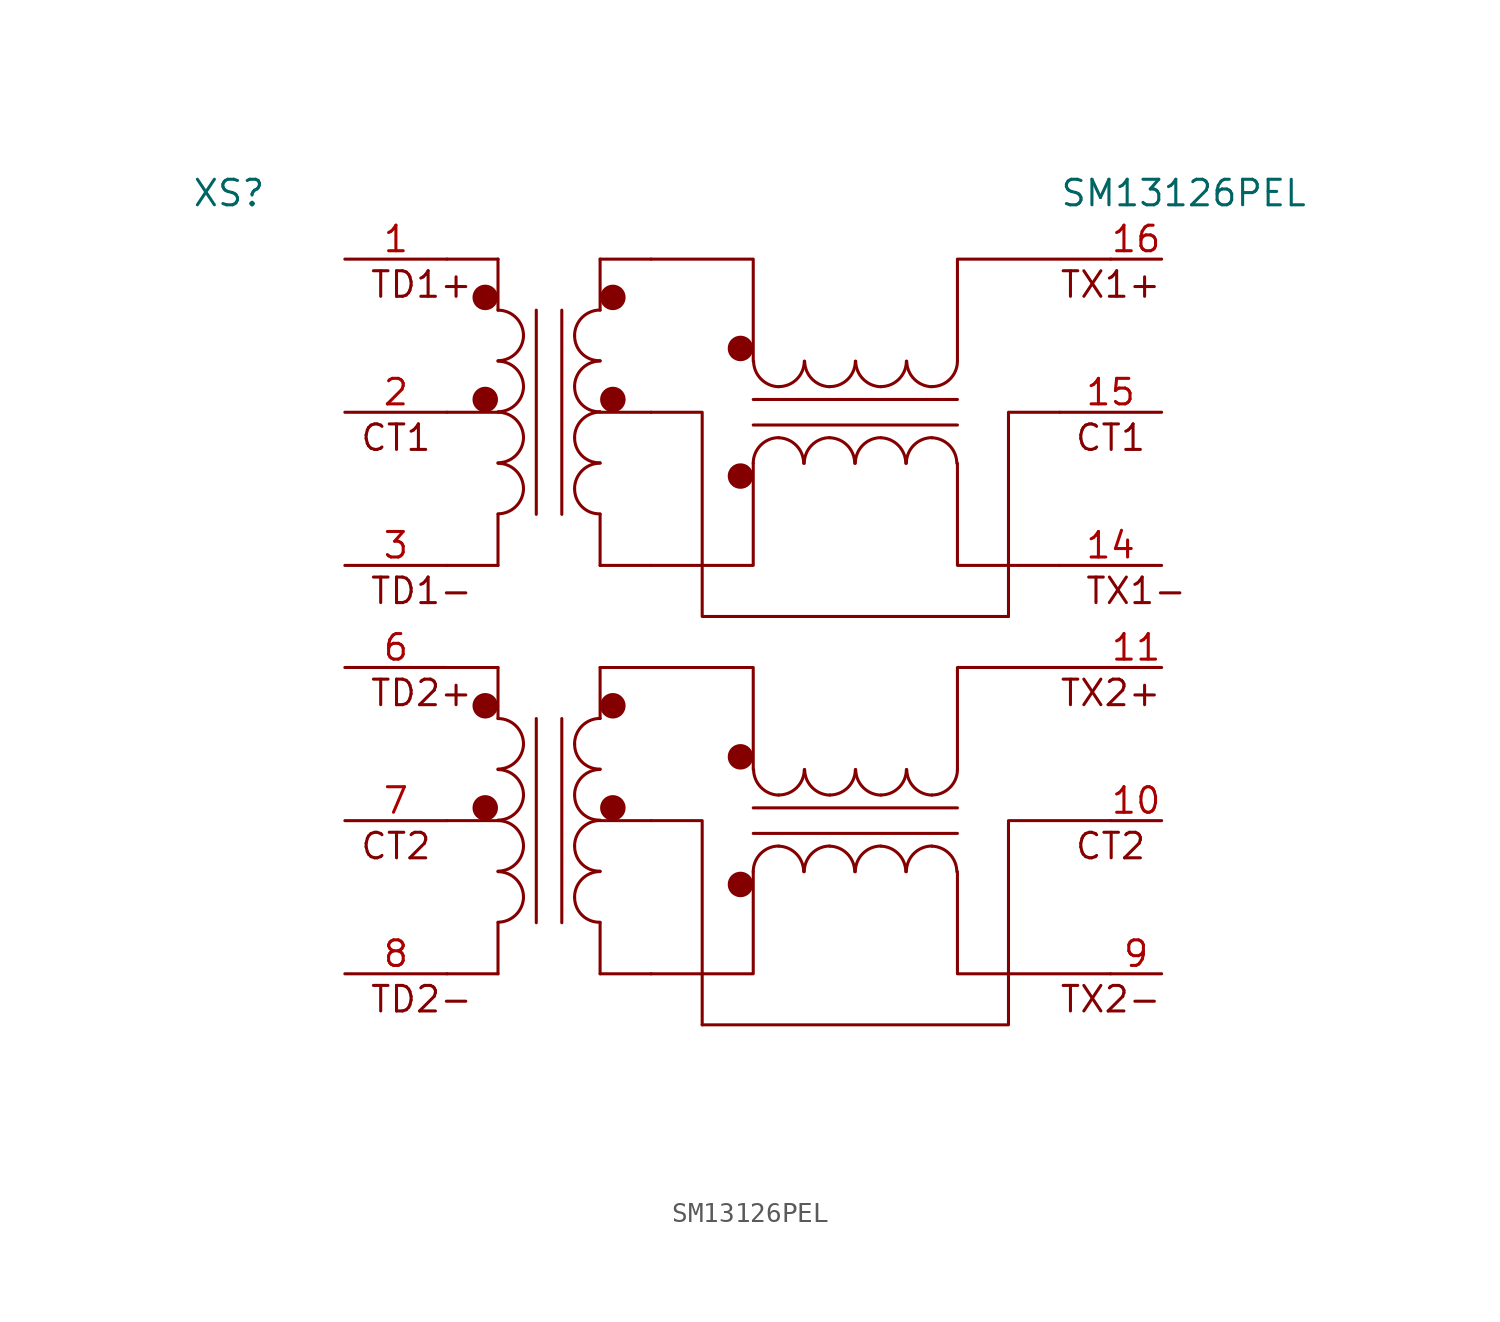
<source format=kicad_sym>
(kicad_symbol_lib
  (version 20220914)
  (generator kicad_symbol_editor)
  (symbol "SM13126PEL"
    (pin_names
      (offset 1.016))
    (property "Reference" "XS"
      (at -7.62 2.54 0)
      (effects (font (size 1.27 1.27)) (justify left bottom)))
    (property "Value" "SM13126PEL"
      (at 35.56 2.54 0)
      (effects (font (size 1.27 1.27)) (justify left bottom)))
    (symbol "SM13126PEL_0_0"
      (polyline (pts (xy 5.08 -15.24) (xy 7.62 -15.24)) (stroke (width 0.152) (type solid)) (fill (type none)))
      (polyline (pts (xy 5.08 0) (xy 7.62 0)) (stroke (width 0.152) (type solid)) (fill (type none)))
      (polyline (pts (xy 7.62 -35.56) (xy 5.08 -35.56)) (stroke (width 0.152) (type solid)) (fill (type none)))
      (polyline (pts (xy 7.62 -27.94) (xy 5.08 -27.94)) (stroke (width 0.152) (type solid)) (fill (type none)))
      (polyline (pts (xy 7.62 -20.32) (xy 5.08 -20.32)) (stroke (width 0.152) (type solid)) (fill (type none)))
      (polyline (pts (xy 7.62 -7.62) (xy 5.08 -7.62)) (stroke (width 0.152) (type solid)) (fill (type none)))
      (text "CT1" (at 2.54 -8.89 0) (effects (font (size 1.27 1.27))))
      (text "TD1+" (at 3.81 -1.27 0) (effects (font (size 1.27 1.27))))
      (text "TD1-" (at 3.81 -16.51 0) (effects (font (size 1.27 1.27)))))
    (symbol "SM13126PEL_1_1"
      (polyline (pts (xy 7.62 -35.56) (xy 7.62 -33.02)) (stroke (width 0) (type solid)) (fill (type none)))
      (polyline (pts (xy 7.62 -22.86) (xy 7.62 -20.32)) (stroke (width 0) (type solid)) (fill (type none)))
      (polyline (pts (xy 7.62 -15.24) (xy 7.62 -12.7)) (stroke (width 0) (type solid)) (fill (type none)))
      (polyline (pts (xy 7.62 -2.54) (xy 7.62 0)) (stroke (width 0) (type solid)) (fill (type none)))
      (polyline (pts (xy 9.525 -22.86) (xy 9.525 -33.02)) (stroke (width 0) (type solid)) (fill (type none)))
      (polyline (pts (xy 9.525 -2.54) (xy 9.525 -12.7)) (stroke (width 0) (type solid)) (fill (type none)))
      (polyline (pts (xy 10.795 -33.02) (xy 10.795 -22.86)) (stroke (width 0) (type solid)) (fill (type none)))
      (polyline (pts (xy 10.795 -12.7) (xy 10.795 -2.54)) (stroke (width 0) (type solid)) (fill (type none)))
      (polyline (pts (xy 12.7 -35.56) (xy 12.7 -33.02)) (stroke (width 0) (type solid)) (fill (type none)))
      (polyline (pts (xy 12.7 -27.94) (xy 15.24 -27.94)) (stroke (width 0.152) (type solid)) (fill (type none)))
      (polyline (pts (xy 12.7 -22.86) (xy 12.7 -20.32)) (stroke (width 0) (type solid)) (fill (type none)))
      (polyline (pts (xy 12.7 -15.24) (xy 12.7 -12.7)) (stroke (width 0) (type solid)) (fill (type none)))
      (polyline (pts (xy 12.7 -7.62) (xy 15.24 -7.62)) (stroke (width 0.152) (type solid)) (fill (type none)))
      (polyline (pts (xy 12.7 -2.54) (xy 12.7 0)) (stroke (width 0) (type solid)) (fill (type none)))
      (polyline (pts (xy 15.24 -35.56) (xy 12.7 -35.56)) (stroke (width 0.152) (type solid)) (fill (type none)))
      (polyline (pts (xy 15.24 -20.32) (xy 12.7 -20.32)) (stroke (width 0.152) (type solid)) (fill (type none)))
      (polyline (pts (xy 15.24 -15.24) (xy 12.7 -15.24)) (stroke (width 0.152) (type solid)) (fill (type none)))
      (polyline (pts (xy 15.24 0) (xy 12.7 0)) (stroke (width 0.152) (type solid)) (fill (type none)))
      (polyline (pts (xy 20.32 -28.575) (xy 30.48 -28.575)) (stroke (width 0) (type solid)) (fill (type none)))
      (polyline (pts (xy 20.32 -8.255) (xy 30.48 -8.255)) (stroke (width 0) (type solid)) (fill (type none)))
      (polyline (pts (xy 30.48 -27.305) (xy 20.32 -27.305)) (stroke (width 0) (type solid)) (fill (type none)))
      (polyline (pts (xy 30.48 -6.985) (xy 20.32 -6.985)) (stroke (width 0) (type solid)) (fill (type none)))
      (polyline (pts (xy 15.24 -35.56) (xy 20.32 -35.56) (xy 20.32 -30.48)) (stroke (width 0.152) (type solid)) (fill (type none)))
      (polyline (pts (xy 15.24 -27.94) (xy 17.78 -27.94) (xy 17.78 -38.1)) (stroke (width 0.152) (type solid)) (fill (type none)))
      (polyline (pts (xy 15.24 -20.32) (xy 20.32 -20.32) (xy 20.32 -25.4)) (stroke (width 0.152) (type solid)) (fill (type none)))
      (polyline (pts (xy 15.24 -15.24) (xy 20.32 -15.24) (xy 20.32 -10.16)) (stroke (width 0.152) (type solid)) (fill (type none)))
      (polyline (pts (xy 15.24 0) (xy 20.32 0) (xy 20.32 -5.08)) (stroke (width 0.152) (type solid)) (fill (type none)))
      (polyline (pts (xy 30.48 -30.48) (xy 30.48 -35.56) (xy 38.1 -35.56)) (stroke (width 0) (type solid)) (fill (type none)))
      (polyline (pts (xy 30.48 -25.4) (xy 30.48 -20.32) (xy 38.1 -20.32)) (stroke (width 0) (type solid)) (fill (type none)))
      (polyline (pts (xy 30.48 -10.16) (xy 30.48 -15.24) (xy 35.56 -15.24)) (stroke (width 0) (type solid)) (fill (type none)))
      (polyline (pts (xy 33.02 -17.78) (xy 33.02 -7.62) (xy 35.56 -7.62)) (stroke (width 0.152) (type solid)) (fill (type none)))
      (polyline (pts (xy 15.24 -7.62) (xy 17.78 -7.62) (xy 17.78 -17.78) (xy 33.02 -17.78)) (stroke (width 0.152) (type solid)) (fill (type none)))
      (polyline (pts (xy 17.78 -38.1) (xy 33.02 -38.1) (xy 33.02 -27.94) (xy 38.1 -27.94)) (stroke (width 0.152) (type solid)) (fill (type none)))
      (polyline (pts (xy 30.48 -5.08) (xy 30.48 0) (xy 33.02 0) (xy 38.1 0)) (stroke (width 0) (type solid)) (fill (type none)))
      (circle (center 6.985 -27.305) (radius 0.0001) (stroke (width 0.635) (type solid)) (fill (type none)))
      (circle (center 6.985 -22.225) (radius 0.0001) (stroke (width 0.635) (type solid)) (fill (type none)))
      (circle (center 6.985 -6.985) (radius 0.0001) (stroke (width 0.635) (type solid)) (fill (type none)))
      (circle (center 6.985 -1.905) (radius 0.0001) (stroke (width 0.635) (type solid)) (fill (type none)))
      (arc (start 7.62 -32.9946) (mid 8.5001 -32.6301) (end 8.89 -31.75) (stroke (width 0) (type solid)) (fill (type none)))
      (arc (start 7.62 -30.4546) (mid 8.5001 -30.0901) (end 8.89 -29.21) (stroke (width 0) (type solid)) (fill (type none)))
      (arc (start 7.62 -27.9146) (mid 8.5001 -27.5501) (end 8.89 -26.67) (stroke (width 0) (type solid)) (fill (type none)))
      (arc (start 7.62 -25.3746) (mid 8.5001 -25.0101) (end 8.89 -24.13) (stroke (width 0) (type solid)) (fill (type none)))
      (arc (start 7.62 -12.6746) (mid 8.5001 -12.3101) (end 8.89 -11.43) (stroke (width 0) (type solid)) (fill (type none)))
      (arc (start 7.62 -10.1346) (mid 8.5001 -9.7701) (end 8.89 -8.89) (stroke (width 0) (type solid)) (fill (type none)))
      (arc (start 7.62 -7.5946) (mid 8.5001 -7.2301) (end 8.89 -6.35) (stroke (width 0) (type solid)) (fill (type none)))
      (arc (start 7.62 -5.0546) (mid 8.5001 -4.6901) (end 8.89 -3.81) (stroke (width 0) (type solid)) (fill (type none)))
      (arc (start 8.89 -31.75) (mid 8.518 -30.852) (end 7.62 -30.48) (stroke (width 0) (type solid)) (fill (type none)))
      (arc (start 8.89 -29.21) (mid 8.518 -28.312) (end 7.62 -27.94) (stroke (width 0) (type solid)) (fill (type none)))
      (arc (start 8.89 -26.67) (mid 8.518 -25.772) (end 7.62 -25.4) (stroke (width 0) (type solid)) (fill (type none)))
      (arc (start 8.89 -24.13) (mid 8.518 -23.232) (end 7.62 -22.86) (stroke (width 0) (type solid)) (fill (type none)))
      (arc (start 8.89 -11.43) (mid 8.518 -10.532) (end 7.62 -10.16) (stroke (width 0) (type solid)) (fill (type none)))
      (arc (start 8.89 -8.89) (mid 8.518 -7.992) (end 7.62 -7.62) (stroke (width 0) (type solid)) (fill (type none)))
      (arc (start 8.89 -6.35) (mid 8.518 -5.452) (end 7.62 -5.08) (stroke (width 0) (type solid)) (fill (type none)))
      (arc (start 8.89 -3.81) (mid 8.518 -2.912) (end 7.62 -2.54) (stroke (width 0) (type solid)) (fill (type none)))
      (arc (start 11.43 -31.75) (mid 11.802 -32.648) (end 12.7 -32.9946) (stroke (width 0) (type solid)) (fill (type none)))
      (arc (start 11.43 -29.21) (mid 11.802 -30.108) (end 12.7 -30.4546) (stroke (width 0) (type solid)) (fill (type none)))
      (arc (start 11.43 -26.67) (mid 11.802 -27.568) (end 12.7 -27.9146) (stroke (width 0) (type solid)) (fill (type none)))
      (arc (start 11.43 -24.13) (mid 11.802 -25.028) (end 12.7 -25.3746) (stroke (width 0) (type solid)) (fill (type none)))
      (arc (start 11.43 -11.43) (mid 11.802 -12.328) (end 12.7 -12.6746) (stroke (width 0) (type solid)) (fill (type none)))
      (arc (start 11.43 -8.89) (mid 11.802 -9.788) (end 12.7 -10.1346) (stroke (width 0) (type solid)) (fill (type none)))
      (arc (start 11.43 -6.35) (mid 11.802 -7.248) (end 12.7 -7.5946) (stroke (width 0) (type solid)) (fill (type none)))
      (arc (start 11.43 -3.81) (mid 11.802 -4.708) (end 12.7 -5.0546) (stroke (width 0) (type solid)) (fill (type none)))
      (arc (start 12.7 -30.48) (mid 11.802 -30.852) (end 11.43 -31.75) (stroke (width 0) (type solid)) (fill (type none)))
      (arc (start 12.7 -27.94) (mid 11.802 -28.312) (end 11.43 -29.21) (stroke (width 0) (type solid)) (fill (type none)))
      (arc (start 12.7 -25.4) (mid 11.802 -25.772) (end 11.43 -26.67) (stroke (width 0) (type solid)) (fill (type none)))
      (arc (start 12.7 -22.86) (mid 11.802 -23.232) (end 11.43 -24.13) (stroke (width 0) (type solid)) (fill (type none)))
      (arc (start 12.7 -10.16) (mid 11.802 -10.532) (end 11.43 -11.43) (stroke (width 0) (type solid)) (fill (type none)))
      (arc (start 12.7 -7.62) (mid 11.802 -7.992) (end 11.43 -8.89) (stroke (width 0) (type solid)) (fill (type none)))
      (arc (start 12.7 -5.08) (mid 11.802 -5.452) (end 11.43 -6.35) (stroke (width 0) (type solid)) (fill (type none)))
      (arc (start 12.7 -2.54) (mid 11.802 -2.912) (end 11.43 -3.81) (stroke (width 0) (type solid)) (fill (type none)))
      (circle (center 13.335 -27.305) (radius 0.0001) (stroke (width 0.635) (type solid)) (fill (type none)))
      (circle (center 13.335 -22.225) (radius 0.0001) (stroke (width 0.635) (type solid)) (fill (type none)))
      (circle (center 13.335 -6.985) (radius 0.0001) (stroke (width 0.635) (type solid)) (fill (type none)))
      (circle (center 13.335 -1.905) (radius 0.0001) (stroke (width 0.635) (type solid)) (fill (type none)))
      (circle (center 19.685 -31.115) (radius 0.0001) (stroke (width 0.635) (type solid)) (fill (type none)))
      (circle (center 19.685 -24.765) (radius 0.0001) (stroke (width 0.635) (type solid)) (fill (type none)))
      (circle (center 19.685 -10.795) (radius 0.0001) (stroke (width 0.635) (type solid)) (fill (type none)))
      (circle (center 19.685 -4.445) (radius 0.0001) (stroke (width 0.635) (type solid)) (fill (type none)))
      (arc (start 20.3454 -25.4) (mid 20.7099 -26.2801) (end 21.59 -26.67) (stroke (width 0) (type solid)) (fill (type none)))
      (arc (start 20.3454 -5.08) (mid 20.7099 -5.9601) (end 21.59 -6.35) (stroke (width 0) (type solid)) (fill (type none)))
      (arc (start 21.59 -29.21) (mid 20.692 -29.582) (end 20.32 -30.48) (stroke (width 0) (type solid)) (fill (type none)))
      (arc (start 21.59 -26.67) (mid 22.488 -26.298) (end 22.86 -25.4) (stroke (width 0) (type solid)) (fill (type none)))
      (arc (start 21.59 -8.89) (mid 20.692 -9.262) (end 20.32 -10.16) (stroke (width 0) (type solid)) (fill (type none)))
      (arc (start 21.59 -6.35) (mid 22.488 -5.978) (end 22.86 -5.08) (stroke (width 0) (type solid)) (fill (type none)))
      (arc (start 22.8346 -30.48) (mid 22.4701 -29.5999) (end 21.59 -29.21) (stroke (width 0) (type solid)) (fill (type none)))
      (arc (start 22.8346 -10.16) (mid 22.4701 -9.2799) (end 21.59 -8.89) (stroke (width 0) (type solid)) (fill (type none)))
      (arc (start 22.8854 -25.4) (mid 23.2499 -26.2801) (end 24.13 -26.67) (stroke (width 0) (type solid)) (fill (type none)))
      (arc (start 22.8854 -5.08) (mid 23.2499 -5.9601) (end 24.13 -6.35) (stroke (width 0) (type solid)) (fill (type none)))
      (arc (start 24.13 -29.21) (mid 23.232 -29.582) (end 22.86 -30.48) (stroke (width 0) (type solid)) (fill (type none)))
      (arc (start 24.13 -26.67) (mid 25.028 -26.298) (end 25.4 -25.4) (stroke (width 0) (type solid)) (fill (type none)))
      (arc (start 24.13 -8.89) (mid 23.232 -9.262) (end 22.86 -10.16) (stroke (width 0) (type solid)) (fill (type none)))
      (arc (start 24.13 -6.35) (mid 25.028 -5.978) (end 25.4 -5.08) (stroke (width 0) (type solid)) (fill (type none)))
      (arc (start 25.3746 -30.48) (mid 25.0101 -29.5999) (end 24.13 -29.21) (stroke (width 0) (type solid)) (fill (type none)))
      (arc (start 25.3746 -10.16) (mid 25.0101 -9.2799) (end 24.13 -8.89) (stroke (width 0) (type solid)) (fill (type none)))
      (arc (start 25.4254 -25.4) (mid 25.7899 -26.2801) (end 26.67 -26.67) (stroke (width 0) (type solid)) (fill (type none)))
      (arc (start 25.4254 -5.08) (mid 25.7899 -5.9601) (end 26.67 -6.35) (stroke (width 0) (type solid)) (fill (type none)))
      (arc (start 26.67 -29.21) (mid 25.772 -29.582) (end 25.4 -30.48) (stroke (width 0) (type solid)) (fill (type none)))
      (arc (start 26.67 -26.67) (mid 27.568 -26.298) (end 27.94 -25.4) (stroke (width 0) (type solid)) (fill (type none)))
      (arc (start 26.67 -8.89) (mid 25.772 -9.262) (end 25.4 -10.16) (stroke (width 0) (type solid)) (fill (type none)))
      (arc (start 26.67 -6.35) (mid 27.568 -5.978) (end 27.94 -5.08) (stroke (width 0) (type solid)) (fill (type none)))
      (arc (start 27.9146 -30.48) (mid 27.5501 -29.5999) (end 26.67 -29.21) (stroke (width 0) (type solid)) (fill (type none)))
      (arc (start 27.9146 -10.16) (mid 27.5501 -9.2799) (end 26.67 -8.89) (stroke (width 0) (type solid)) (fill (type none)))
      (arc (start 27.9654 -25.4) (mid 28.3299 -26.2801) (end 29.21 -26.67) (stroke (width 0) (type solid)) (fill (type none)))
      (arc (start 27.9654 -5.08) (mid 28.3299 -5.9601) (end 29.21 -6.35) (stroke (width 0) (type solid)) (fill (type none)))
      (arc (start 29.21 -29.21) (mid 28.312 -29.582) (end 27.94 -30.48) (stroke (width 0) (type solid)) (fill (type none)))
      (arc (start 29.21 -26.67) (mid 30.108 -26.298) (end 30.48 -25.4) (stroke (width 0) (type solid)) (fill (type none)))
      (arc (start 29.21 -8.89) (mid 28.312 -9.262) (end 27.94 -10.16) (stroke (width 0) (type solid)) (fill (type none)))
      (arc (start 29.21 -6.35) (mid 30.108 -5.978) (end 30.48 -5.08) (stroke (width 0) (type solid)) (fill (type none)))
      (arc (start 30.4546 -30.48) (mid 30.0901 -29.5999) (end 29.21 -29.21) (stroke (width 0) (type solid)) (fill (type none)))
      (arc (start 30.4546 -10.16) (mid 30.0901 -9.2799) (end 29.21 -8.89) (stroke (width 0) (type solid)) (fill (type none)))
      (text "CT1" (at 38.1 -8.89 0) (effects (font (size 1.27 1.27))))
      (text "CT2" (at 2.54 -29.21 0) (effects (font (size 1.27 1.27))))
      (text "CT2" (at 38.1 -29.21 0) (effects (font (size 1.27 1.27))))
      (text "TD2+" (at 3.81 -21.59 0) (effects (font (size 1.27 1.27))))
      (text "TD2-" (at 3.81 -36.83 0) (effects (font (size 1.27 1.27))))
      (text "TX1+" (at 38.1 -1.27 0) (effects (font (size 1.27 1.27))))
      (text "TX1-" (at 39.37 -16.51 0) (effects (font (size 1.27 1.27))))
      (text "TX2+" (at 38.1 -21.59 0) (effects (font (size 1.27 1.27))))
      (text "TX2-" (at 38.1 -36.83 0) (effects (font (size 1.27 1.27))))
      (pin passive line (at 0 0 0) (length 5.08) (name "~" (effects (font (size 1.27 1.27)))) (number "1" (effects (font (size 1.27 1.27)))))
      (pin passive line (at 40.64 -27.94 180) (length 2.54) (name "~" (effects (font (size 1.27 1.27)))) (number "10" (effects (font (size 1.27 1.27)))))
      (pin passive line (at 40.64 -20.32 180) (length 2.54) (name "~" (effects (font (size 1.27 1.27)))) (number "11" (effects (font (size 1.27 1.27)))))
      (pin no_connect line (at 29.21 -41.91 90) (length 0) hide (name "12" (effects (font (size 0 0)))) (number "12" (effects (font (size 0 0)))))
      (pin no_connect line (at 33.02 -41.91 90) (length 0) hide (name "13" (effects (font (size 0 0)))) (number "13" (effects (font (size 0 0)))))
      (pin passive line (at 40.64 -15.24 180) (length 5.08) (name "~" (effects (font (size 1.27 1.27)))) (number "14" (effects (font (size 1.27 1.27)))))
      (pin passive line (at 40.64 -7.62 180) (length 5.08) (name "~" (effects (font (size 1.27 1.27)))) (number "15" (effects (font (size 1.27 1.27)))))
      (pin passive line (at 40.64 0 180) (length 2.54) (name "~" (effects (font (size 1.27 1.27)))) (number "16" (effects (font (size 1.27 1.27)))))
      (pin passive line (at 0 -7.62 0) (length 5.08) (name "~" (effects (font (size 1.27 1.27)))) (number "2" (effects (font (size 1.27 1.27)))))
      (pin passive line (at 0 -15.24 0) (length 5.08) (name "~" (effects (font (size 1.27 1.27)))) (number "3" (effects (font (size 1.27 1.27)))))
      (pin no_connect line (at 10.16 -41.91 90) (length 0) hide (name "4" (effects (font (size 0 0)))) (number "4" (effects (font (size 0 0)))))
      (pin no_connect line (at 13.97 -41.91 90) (length 0) hide (name "5" (effects (font (size 0 0)))) (number "5" (effects (font (size 0 0)))))
      (pin passive line (at 0 -20.32 0) (length 5.08) (name "~" (effects (font (size 1.27 1.27)))) (number "6" (effects (font (size 1.27 1.27)))))
      (pin passive line (at 0 -27.94 0) (length 5.08) (name "~" (effects (font (size 1.27 1.27)))) (number "7" (effects (font (size 1.27 1.27)))))
      (pin passive line (at 0 -35.56 0) (length 5.08) (name "~" (effects (font (size 1.27 1.27)))) (number "8" (effects (font (size 1.27 1.27)))))
      (pin passive line (at 40.64 -35.56 180) (length 2.54) (name "~" (effects (font (size 1.27 1.27)))) (number "9" (effects (font (size 1.27 1.27))))))))
</source>
